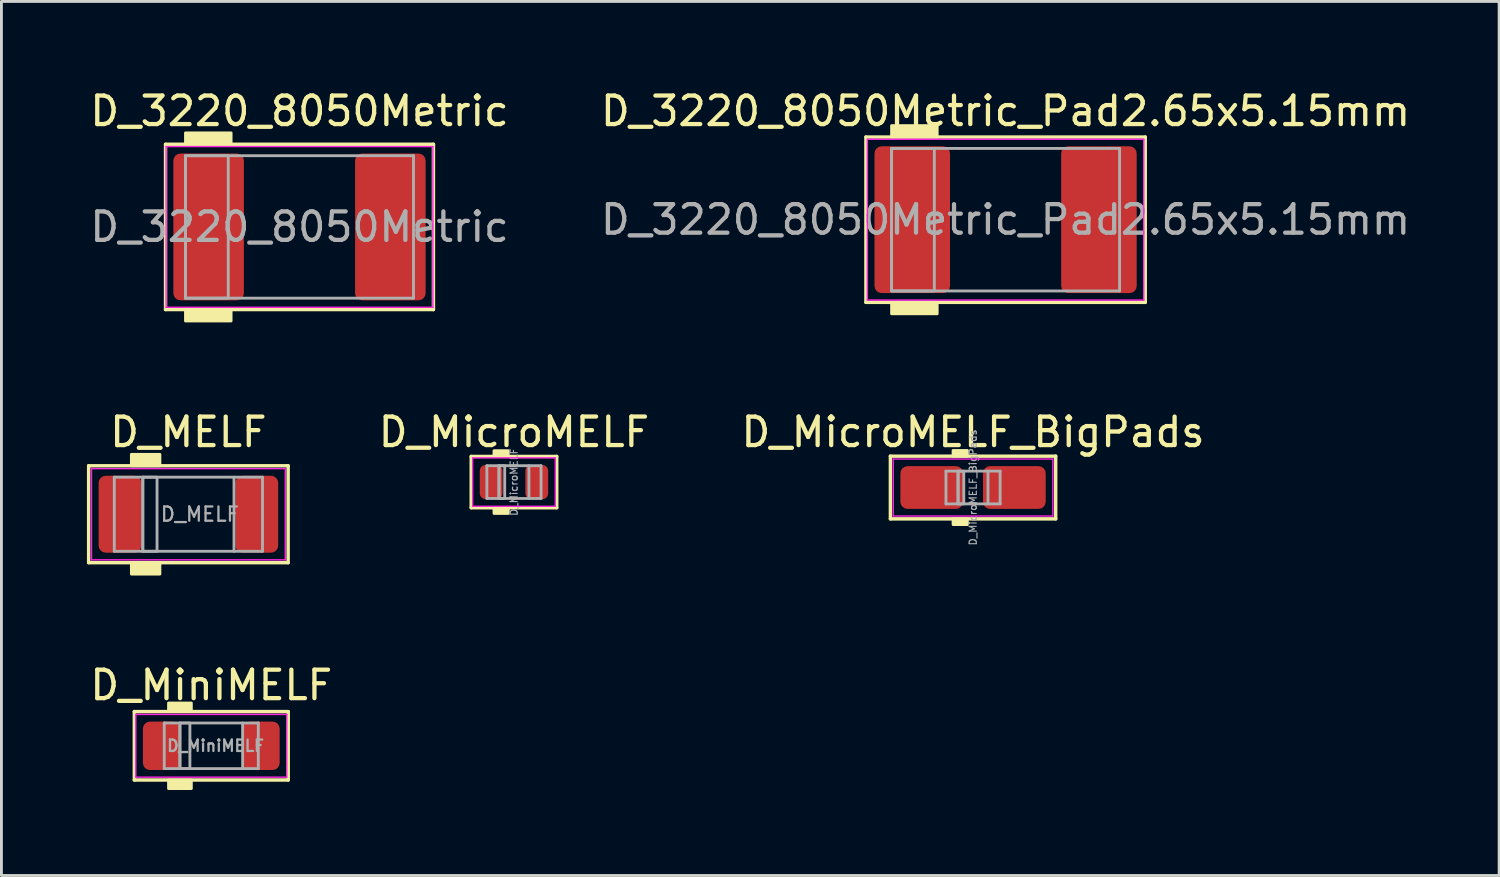
<source format=kicad_pcb>
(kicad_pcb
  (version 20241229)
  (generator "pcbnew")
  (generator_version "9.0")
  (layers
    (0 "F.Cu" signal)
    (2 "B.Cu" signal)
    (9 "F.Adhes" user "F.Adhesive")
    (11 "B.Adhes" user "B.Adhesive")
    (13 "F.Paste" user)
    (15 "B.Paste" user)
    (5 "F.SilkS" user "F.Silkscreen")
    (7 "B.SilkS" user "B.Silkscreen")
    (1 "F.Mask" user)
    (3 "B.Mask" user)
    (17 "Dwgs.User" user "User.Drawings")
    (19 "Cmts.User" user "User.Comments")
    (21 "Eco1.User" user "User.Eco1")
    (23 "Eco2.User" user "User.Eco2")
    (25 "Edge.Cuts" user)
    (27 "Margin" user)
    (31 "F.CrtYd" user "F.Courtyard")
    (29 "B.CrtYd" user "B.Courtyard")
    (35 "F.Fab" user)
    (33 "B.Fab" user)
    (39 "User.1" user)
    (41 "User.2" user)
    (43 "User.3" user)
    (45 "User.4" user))
  (footprint "D_MicroMELF"
    (layer "F.Cu")
    (at 14.983 13.864)
    (property "Reference" "D_MicroMELF" (at 0 -1.754 0) (layer "F.SilkS") (effects (font (size 1 1) (thickness 0.15))))
    (attr smd)
    (fp_line (start -1.5 -0.9) (end -1.5 0.9) (stroke (width 0.12) (type solid)) (layer "F.SilkS"))
    (fp_line (start -1.5 0.9) (end 1.5 0.9) (stroke (width 0.12) (type solid)) (layer "F.SilkS"))
    (fp_line (start 1.5 -0.9) (end -1.5 -0.9) (stroke (width 0.12) (type solid)) (layer "F.SilkS"))
    (fp_line (start 1.5 0.9) (end 1.5 -0.9) (stroke (width 0.12) (type solid)) (layer "F.SilkS"))
    (fp_poly (pts (xy -0.2 -0.9) (xy -0.7 -0.9) (xy -0.7 -1.1) (xy -0.2 -1.1)) (stroke (width 0.1) (type solid)) (fill yes) (layer "F.SilkS"))
    (fp_poly (pts (xy -0.2 1.1) (xy -0.7 1.1) (xy -0.7 0.9) (xy -0.2 0.9)) (stroke (width 0.1) (type solid)) (fill yes) (layer "F.SilkS"))
    (fp_line (start -1.45 -0.85) (end -1.45 0.85) (stroke (width 0.05) (type solid)) (layer "F.CrtYd"))
    (fp_line (start -1.45 -0.85) (end 1.45 -0.85) (stroke (width 0.05) (type solid)) (layer "F.CrtYd"))
    (fp_line (start 1.45 0.85) (end -1.45 0.85) (stroke (width 0.05) (type solid)) (layer "F.CrtYd"))
    (fp_line (start 1.45 0.85) (end 1.45 -0.85) (stroke (width 0.05) (type solid)) (layer "F.CrtYd"))
    (fp_line (start -0.95 -0.575) (end 0.95 -0.575) (stroke (width 0.1) (type solid)) (layer "F.Fab"))
    (fp_line (start -0.95 0.575) (end -0.95 -0.575) (stroke (width 0.1) (type solid)) (layer "F.Fab"))
    (fp_line (start -0.525 0.575) (end -0.525 -0.575) (stroke (width 0.1) (type solid)) (layer "F.Fab"))
    (fp_line (start 0.525 -0.575) (end 0.525 0.575) (stroke (width 0.1) (type solid)) (layer "F.Fab"))
    (fp_line (start 0.95 -0.575) (end 0.95 0.575) (stroke (width 0.1) (type solid)) (layer "F.Fab"))
    (fp_line (start 0.95 0.575) (end -0.95 0.575) (stroke (width 0.1) (type solid)) (layer "F.Fab"))
    (fp_rect (start -0.525 -0.575) (end -0.325 0.575) (stroke (width 0.1) (type solid)) (fill no) (layer "F.Fab"))
    (fp_text user "${REFERENCE}" (at 0 0 90) (layer "F.Fab") (effects (font (size 0.25 0.25) (thickness 0.04))))
    (pad "1" smd roundrect (at -0.8 0) (size 0.8 1.2) (layers "F.Cu" "F.Mask" "F.Paste") (roundrect_rratio 0.25))
    (pad "2" smd roundrect (at 0.8 0) (size 0.8 1.2) (layers "F.Cu" "F.Mask" "F.Paste") (roundrect_rratio 0.25)))
  (footprint "D_3220_8050Metric"
    (layer "F.Cu")
    (at 7.458 4.912)
    (property "Reference" "D_3220_8050Metric" (at 0 -4.064 0) (layer "F.SilkS") (effects (font (size 1 1) (thickness 0.15))))
    (attr smd)
    (fp_line (start -4.7 -2.9) (end 4.7 -2.9) (stroke (width 0.12) (type solid)) (layer "F.SilkS"))
    (fp_line (start -4.7 2.9) (end -4.7 -2.9) (stroke (width 0.12) (type solid)) (layer "F.SilkS"))
    (fp_line (start 4.7 -2.9) (end 4.7 2.9) (stroke (width 0.12) (type solid)) (layer "F.SilkS"))
    (fp_line (start 4.7 2.9) (end -4.7 2.9) (stroke (width 0.12) (type solid)) (layer "F.SilkS"))
    (fp_poly (pts (xy -2.4 -2.9) (xy -4 -2.9) (xy -4 -3.3) (xy -2.4 -3.3)) (stroke (width 0.1) (type solid)) (fill yes) (layer "F.SilkS"))
    (fp_poly (pts (xy -2.4 3.3) (xy -4 3.3) (xy -4 2.9) (xy -2.4 2.9)) (stroke (width 0.1) (type solid)) (fill yes) (layer "F.SilkS"))
    (fp_line (start -4.68 -2.82) (end 4.68 -2.82) (stroke (width 0.05) (type solid)) (layer "F.CrtYd"))
    (fp_line (start -4.68 2.82) (end -4.68 -2.82) (stroke (width 0.05) (type solid)) (layer "F.CrtYd"))
    (fp_line (start 4.68 -2.82) (end 4.68 2.82) (stroke (width 0.05) (type solid)) (layer "F.CrtYd"))
    (fp_line (start 4.68 2.82) (end -4.68 2.82) (stroke (width 0.05) (type solid)) (layer "F.CrtYd"))
    (fp_line (start -4 -2.5) (end -4 2.5) (stroke (width 0.1) (type solid)) (layer "F.Fab"))
    (fp_line (start -4 2.5) (end 4 2.5) (stroke (width 0.1) (type solid)) (layer "F.Fab"))
    (fp_line (start 4 -2.5) (end -4 -2.5) (stroke (width 0.1) (type solid)) (layer "F.Fab"))
    (fp_line (start 4 2.5) (end 4 -2.5) (stroke (width 0.1) (type solid)) (layer "F.Fab"))
    (fp_rect (start -4 -2.5) (end -2.5 2.5) (stroke (width 0.1) (type solid)) (fill no) (layer "F.Fab"))
    (fp_text user "${REFERENCE}" (at 0 0 0) (layer "F.Fab") (effects (font (size 1 1) (thickness 0.15))))
    (pad "1" smd roundrect (at -3.188 0) (size 2.475 5.15) (layers "F.Cu" "F.Mask" "F.Paste") (roundrect_rratio 0.101))
    (pad "2" smd roundrect (at 3.188 0) (size 2.475 5.15) (layers "F.Cu" "F.Mask" "F.Paste") (roundrect_rratio 0.101)))
  (footprint "D_MELF"
    (layer "F.Cu")
    (at 3.56 14.992)
    (property "Reference" "D_MELF" (at 0 -2.881 0) (layer "F.SilkS") (effects (font (size 1 1) (thickness 0.15))))
    (attr smd)
    (fp_line (start -3.5 -1.7) (end -3.5 1.7) (stroke (width 0.12) (type solid)) (layer "F.SilkS"))
    (fp_line (start -3.5 1.7) (end 3.5 1.7) (stroke (width 0.12) (type solid)) (layer "F.SilkS"))
    (fp_line (start 3.5 -1.7) (end -3.5 -1.7) (stroke (width 0.12) (type solid)) (layer "F.SilkS"))
    (fp_line (start 3.5 1.7) (end 3.5 -1.7) (stroke (width 0.12) (type solid)) (layer "F.SilkS"))
    (fp_poly (pts (xy -1 -1.7) (xy -2 -1.7) (xy -2 -2.1) (xy -1 -2.1)) (stroke (width 0.1) (type solid)) (fill yes) (layer "F.SilkS"))
    (fp_poly (pts (xy -1 2.1) (xy -2 2.1) (xy -2 1.7) (xy -1 1.7)) (stroke (width 0.1) (type solid)) (fill yes) (layer "F.SilkS"))
    (fp_line (start -3.4 -1.6) (end 3.4 -1.6) (stroke (width 0.05) (type solid)) (layer "F.CrtYd"))
    (fp_line (start -3.4 1.6) (end -3.4 -1.6) (stroke (width 0.05) (type solid)) (layer "F.CrtYd"))
    (fp_line (start 3.4 -1.6) (end 3.4 1.6) (stroke (width 0.05) (type solid)) (layer "F.CrtYd"))
    (fp_line (start 3.4 1.6) (end -3.4 1.6) (stroke (width 0.05) (type solid)) (layer "F.CrtYd"))
    (fp_line (start -2.6 -1.3) (end -2.6 1.3) (stroke (width 0.1) (type solid)) (layer "F.Fab"))
    (fp_line (start -2.6 1.3) (end 2.6 1.3) (stroke (width 0.1) (type solid)) (layer "F.Fab"))
    (fp_line (start -1.6 -1.3) (end -1.6 1.3) (stroke (width 0.1) (type solid)) (layer "F.Fab"))
    (fp_line (start 1.6 -1.3) (end 1.6 1.3) (stroke (width 0.1) (type solid)) (layer "F.Fab"))
    (fp_line (start 2.6 -1.3) (end -2.6 -1.3) (stroke (width 0.1) (type solid)) (layer "F.Fab"))
    (fp_line (start 2.6 1.3) (end 2.6 -1.3) (stroke (width 0.1) (type solid)) (layer "F.Fab"))
    (fp_rect (start -1.6 -1.3) (end -1.1 1.3) (stroke (width 0.1) (type solid)) (fill no) (layer "F.Fab"))
    (fp_text user "${REFERENCE}" (at 0.4 0 0) (layer "F.Fab") (effects (font (size 0.5 0.5) (thickness 0.08))))
    (pad "1" smd roundrect (at -2.4 0) (size 1.5 2.7) (layers "F.Cu" "F.Mask" "F.Paste") (roundrect_rratio 0.167))
    (pad "2" smd roundrect (at 2.4 0) (size 1.5 2.7) (layers "F.Cu" "F.Mask" "F.Paste") (roundrect_rratio 0.167)))
  (footprint "D_3220_8050Metric_Pad2.65x5.15mm"
    (layer "F.Cu")
    (at 32.232 4.658)
    (property "Reference" "D_3220_8050Metric_Pad2.65x5.15mm" (at 0 -3.81 0) (layer "F.SilkS") (effects (font (size 1 1) (thickness 0.15))))
    (attr smd)
    (fp_line (start -4.9 -2.9) (end -4.9 2.9) (stroke (width 0.12) (type solid)) (layer "F.SilkS"))
    (fp_line (start -4.9 2.9) (end 4.9 2.9) (stroke (width 0.12) (type solid)) (layer "F.SilkS"))
    (fp_line (start 4.9 -2.9) (end -4.9 -2.9) (stroke (width 0.12) (type solid)) (layer "F.SilkS"))
    (fp_line (start 4.9 2.9) (end 4.9 -2.9) (stroke (width 0.12) (type solid)) (layer "F.SilkS"))
    (fp_poly (pts (xy -2.4 -2.9) (xy -4 -2.9) (xy -4 -3.3) (xy -2.4 -3.3)) (stroke (width 0.1) (type solid)) (fill yes) (layer "F.SilkS"))
    (fp_poly (pts (xy -2.4 3.3) (xy -4 3.3) (xy -4 2.9) (xy -2.4 2.9)) (stroke (width 0.1) (type solid)) (fill yes) (layer "F.SilkS"))
    (fp_line (start -4.85 -2.82) (end 4.85 -2.82) (stroke (width 0.05) (type solid)) (layer "F.CrtYd"))
    (fp_line (start -4.85 2.82) (end -4.85 -2.82) (stroke (width 0.05) (type solid)) (layer "F.CrtYd"))
    (fp_line (start 4.85 -2.82) (end 4.85 2.82) (stroke (width 0.05) (type solid)) (layer "F.CrtYd"))
    (fp_line (start 4.85 2.82) (end -4.85 2.82) (stroke (width 0.05) (type solid)) (layer "F.CrtYd"))
    (fp_line (start -4 -2.5) (end -4 2.5) (stroke (width 0.1) (type solid)) (layer "F.Fab"))
    (fp_line (start -4 2.5) (end 4 2.5) (stroke (width 0.1) (type solid)) (layer "F.Fab"))
    (fp_line (start 4 -2.5) (end -4 -2.5) (stroke (width 0.1) (type solid)) (layer "F.Fab"))
    (fp_line (start 4 2.5) (end 4 -2.5) (stroke (width 0.1) (type solid)) (layer "F.Fab"))
    (fp_rect (start -4 -2.5) (end -2.5 2.5) (stroke (width 0.1) (type solid)) (fill no) (layer "F.Fab"))
    (fp_text user "${REFERENCE}" (at 0 0 0) (layer "F.Fab") (effects (font (size 1 1) (thickness 0.15))))
    (pad "1" smd roundrect (at -3.275 0) (size 2.65 5.15) (layers "F.Cu" "F.Mask" "F.Paste") (roundrect_rratio 0.094))
    (pad "2" smd roundrect (at 3.275 0) (size 2.65 5.15) (layers "F.Cu" "F.Mask" "F.Paste") (roundrect_rratio 0.094)))
  (footprint "D_MicroMELF_BigPads"
    (layer "F.Cu")
    (at 31.09 14.055)
    (property "Reference" "D_MicroMELF_BigPads" (at 0 -1.944 0) (layer "F.SilkS") (effects (font (size 1 1) (thickness 0.15))))
    (attr smd)
    (fp_line (start -2.9 -1.1) (end -2.9 1.1) (stroke (width 0.12) (type solid)) (layer "F.SilkS"))
    (fp_line (start -2.9 1.1) (end 2.9 1.1) (stroke (width 0.12) (type solid)) (layer "F.SilkS"))
    (fp_line (start 2.9 -1.1) (end -2.9 -1.1) (stroke (width 0.12) (type solid)) (layer "F.SilkS"))
    (fp_line (start 2.9 1.1) (end 2.9 -1.1) (stroke (width 0.12) (type solid)) (layer "F.SilkS"))
    (fp_poly (pts (xy -0.2 -1.1) (xy -0.7 -1.1) (xy -0.7 -1.3) (xy -0.2 -1.3)) (stroke (width 0.1) (type solid)) (fill yes) (layer "F.SilkS"))
    (fp_poly (pts (xy -0.2 1.3) (xy -0.7 1.3) (xy -0.7 1.1) (xy -0.2 1.1)) (stroke (width 0.1) (type solid)) (fill yes) (layer "F.SilkS"))
    (fp_line (start -2.8 -1) (end -2.8 1) (stroke (width 0.05) (type solid)) (layer "F.CrtYd"))
    (fp_line (start -2.8 -1) (end 2.8 -1) (stroke (width 0.05) (type solid)) (layer "F.CrtYd"))
    (fp_line (start 2.8 1) (end -2.8 1) (stroke (width 0.05) (type solid)) (layer "F.CrtYd"))
    (fp_line (start 2.8 1) (end 2.8 -1) (stroke (width 0.05) (type solid)) (layer "F.CrtYd"))
    (fp_line (start -0.95 -0.575) (end 0.95 -0.575) (stroke (width 0.1) (type solid)) (layer "F.Fab"))
    (fp_line (start -0.95 0.575) (end -0.95 -0.575) (stroke (width 0.1) (type solid)) (layer "F.Fab"))
    (fp_line (start -0.525 0.575) (end -0.525 -0.575) (stroke (width 0.1) (type solid)) (layer "F.Fab"))
    (fp_line (start 0.525 -0.575) (end 0.525 0.575) (stroke (width 0.1) (type solid)) (layer "F.Fab"))
    (fp_line (start 0.95 -0.575) (end 0.95 0.575) (stroke (width 0.1) (type solid)) (layer "F.Fab"))
    (fp_line (start 0.95 0.575) (end -0.95 0.575) (stroke (width 0.1) (type solid)) (layer "F.Fab"))
    (fp_rect (start -0.525 -0.575) (end -0.325 0.575) (stroke (width 0.1) (type solid)) (fill no) (layer "F.Fab"))
    (fp_text user "${REFERENCE}" (at 0 0 90) (layer "F.Fab") (effects (font (size 0.25 0.25) (thickness 0.04))))
    (pad "1" smd roundrect (at -1.45 0) (size 2.2 1.5) (layers "F.Cu" "F.Mask" "F.Paste") (roundrect_rratio 0.167))
    (pad "2" smd roundrect (at 1.45 0) (size 2.2 1.5) (layers "F.Cu" "F.Mask" "F.Paste") (roundrect_rratio 0.167)))
  (footprint "D_MiniMELF"
    (layer "F.Cu")
    (at 4.363 23.117)
    (property "Reference" "D_MiniMELF" (at 0 -2.127 0) (layer "F.SilkS") (effects (font (size 1 1) (thickness 0.15))))
    (attr smd)
    (fp_line (start -2.7 -1.2) (end -2.7 1.2) (stroke (width 0.12) (type solid)) (layer "F.SilkS"))
    (fp_line (start -2.7 1.2) (end 2.7 1.2) (stroke (width 0.12) (type solid)) (layer "F.SilkS"))
    (fp_line (start 2.7 -1.2) (end -2.7 -1.2) (stroke (width 0.12) (type solid)) (layer "F.SilkS"))
    (fp_line (start 2.7 1.2) (end 2.7 -1.2) (stroke (width 0.12) (type solid)) (layer "F.SilkS"))
    (fp_poly (pts (xy -0.7 -1.2) (xy -1.5 -1.2) (xy -1.5 -1.5) (xy -0.7 -1.5)) (stroke (width 0.1) (type solid)) (fill yes) (layer "F.SilkS"))
    (fp_poly (pts (xy -0.7 1.5) (xy -1.5 1.5) (xy -1.5 1.2) (xy -0.7 1.2)) (stroke (width 0.1) (type solid)) (fill yes) (layer "F.SilkS"))
    (fp_line (start -2.65 -1.1) (end 2.65 -1.1) (stroke (width 0.05) (type solid)) (layer "F.CrtYd"))
    (fp_line (start -2.65 1.1) (end -2.65 -1.1) (stroke (width 0.05) (type solid)) (layer "F.CrtYd"))
    (fp_line (start 2.65 -1.1) (end 2.65 1.1) (stroke (width 0.05) (type solid)) (layer "F.CrtYd"))
    (fp_line (start 2.65 1.1) (end -2.65 1.1) (stroke (width 0.05) (type solid)) (layer "F.CrtYd"))
    (fp_line (start -1.65 -0.8) (end 1.65 -0.8) (stroke (width 0.1) (type solid)) (layer "F.Fab"))
    (fp_line (start -1.65 0.8) (end -1.65 -0.8) (stroke (width 0.1) (type solid)) (layer "F.Fab"))
    (fp_line (start -1.1 -0.8) (end -1.1 0.8) (stroke (width 0.1) (type solid)) (layer "F.Fab"))
    (fp_line (start 1.1 -0.8) (end 1.1 0.8) (stroke (width 0.1) (type solid)) (layer "F.Fab"))
    (fp_line (start 1.65 -0.8) (end 1.65 0.8) (stroke (width 0.1) (type solid)) (layer "F.Fab"))
    (fp_line (start 1.65 0.8) (end -1.65 0.8) (stroke (width 0.1) (type solid)) (layer "F.Fab"))
    (fp_rect (start -1.1 -0.8) (end -0.75 0.8) (stroke (width 0.1) (type solid)) (fill no) (layer "F.Fab"))
    (fp_text user "${REFERENCE}" (at 0.15 0 0) (layer "F.Fab") (effects (font (size 0.4 0.4) (thickness 0.08))))
    (pad "1" smd roundrect (at -1.75 0) (size 1.3 1.7) (layers "F.Cu" "F.Mask" "F.Paste") (roundrect_rratio 0.192))
    (pad "2" smd roundrect (at 1.75 0) (size 1.3 1.7) (layers "F.Cu" "F.Mask" "F.Paste") (roundrect_rratio 0.192)))
  (gr_rect
    (start -3 -3)
    (end 49.548 27.667)
    (stroke (width 0.1) (type default))
    (fill no)
    (layer "Edge.Cuts")))
</source>
